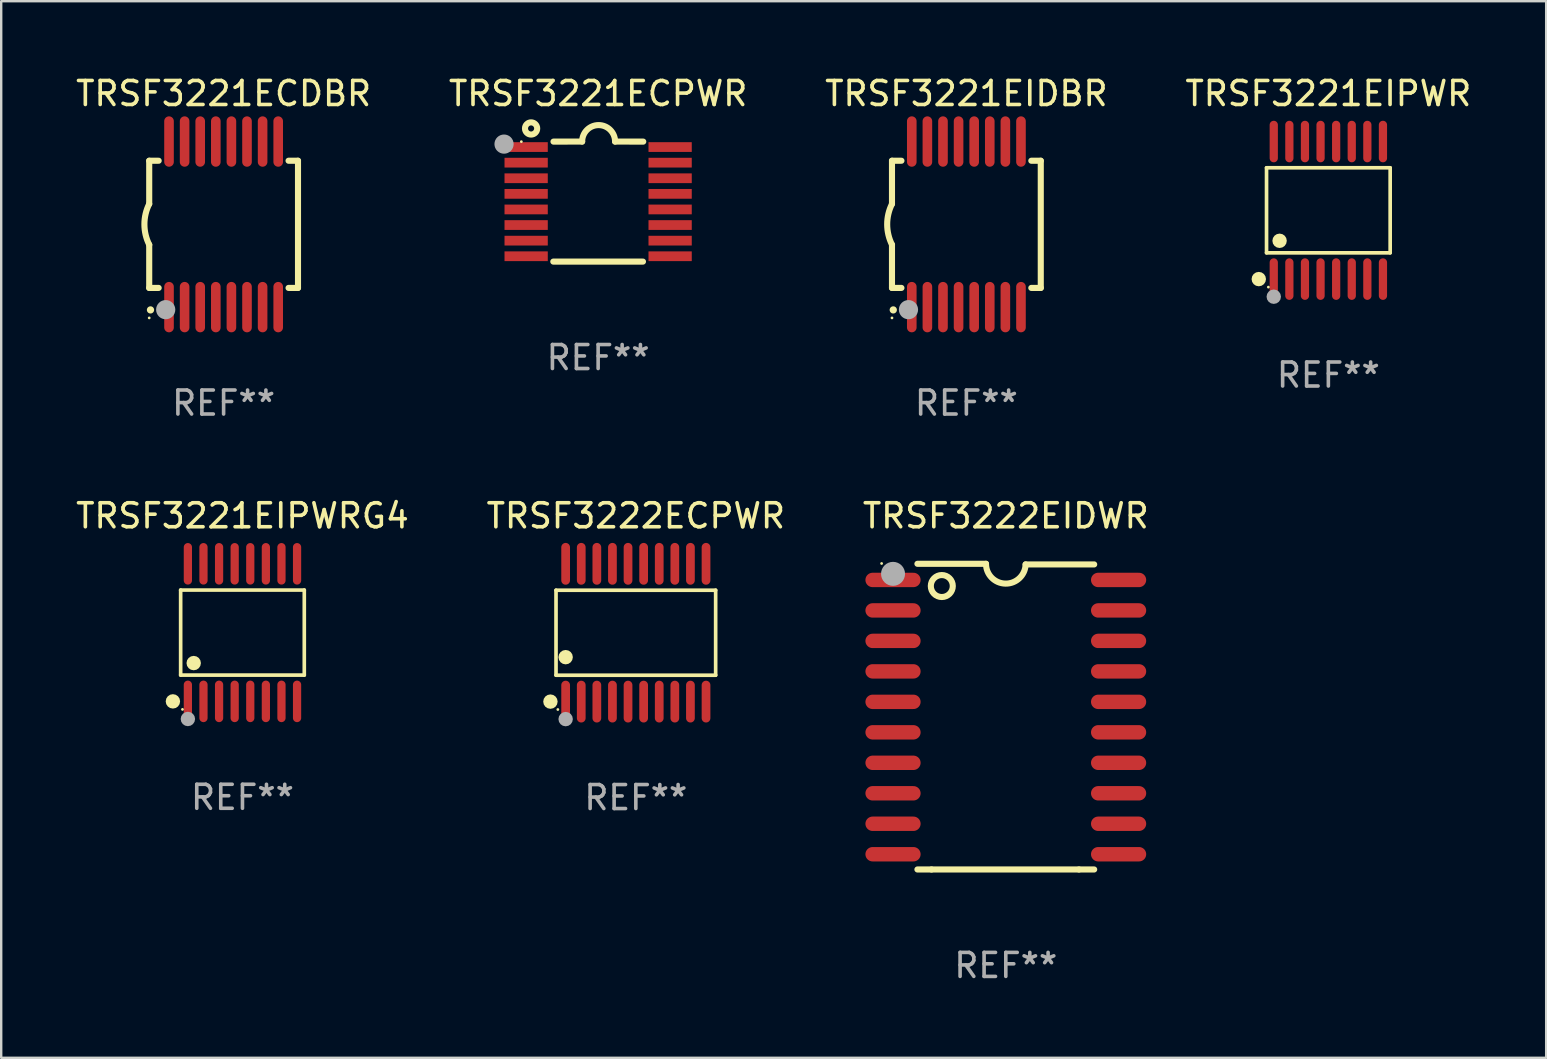
<source format=kicad_pcb>
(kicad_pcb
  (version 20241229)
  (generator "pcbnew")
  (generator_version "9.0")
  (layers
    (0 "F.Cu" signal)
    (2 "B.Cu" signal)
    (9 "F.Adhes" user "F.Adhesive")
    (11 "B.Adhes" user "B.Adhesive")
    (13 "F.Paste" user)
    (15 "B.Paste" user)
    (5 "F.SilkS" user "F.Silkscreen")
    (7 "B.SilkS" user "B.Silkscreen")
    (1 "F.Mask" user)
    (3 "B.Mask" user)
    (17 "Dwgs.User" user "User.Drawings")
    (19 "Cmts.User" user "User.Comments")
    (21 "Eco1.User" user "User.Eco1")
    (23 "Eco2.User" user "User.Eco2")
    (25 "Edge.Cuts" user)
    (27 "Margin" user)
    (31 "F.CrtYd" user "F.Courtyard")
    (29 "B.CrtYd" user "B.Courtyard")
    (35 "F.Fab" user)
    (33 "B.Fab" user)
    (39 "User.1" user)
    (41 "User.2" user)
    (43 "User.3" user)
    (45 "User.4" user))
  (footprint "TRSF3221ECPWR"
    (layer "F.Cu")
    (at 21.875 5.35)
    (property "Reference" "TRSF3221ECPWR" (at 0 -4.501 0) (layer "F.SilkS") (effects (font (size 1 1) (thickness 0.15))))
    (attr through_hole)
    (fp_line (start -1.868 2.501) (end 1.868 2.501) (stroke (width 0.254) (type solid)) (layer "F.SilkS"))
    (fp_line (start -1.86 -2.499) (end -0.666 -2.501) (stroke (width 0.254) (type solid)) (layer "F.SilkS"))
    (fp_line (start 0.706 -2.501) (end 1.88 -2.499) (stroke (width 0.254) (type solid)) (layer "F.SilkS"))
    (fp_arc (start -0.665914 -2.501448) (mid 0.019888 -3.18725) (end 0.70569 -2.501448) (stroke (width 0.254001) (type solid)) (layer "F.SilkS"))
    (fp_circle (center -3.2 -2.497) (end -3.17 -2.497) (stroke (width 0.06) (type solid)) (fill no) (layer "F.SilkS"))
    (fp_circle (center -2.794 -3.047) (end -2.54 -3.047) (stroke (width 0.254) (type solid)) (fill no) (layer "F.SilkS"))
    (fp_circle (center -3.921 -2.395) (end -3.721 -2.395) (stroke (width 0.4) (type solid)) (fill no) (layer "F.Fab"))
    (fp_text user "REF**" (at 0 6.501 0) (layer "F.Fab") (effects (font (size 1 1) (thickness 0.15))))
    (pad "1" smd rect (at -3 -2.272) (size 1.803 0.406) (layers "F.Cu" "F.Mask" "F.Paste"))
    (pad "2" smd rect (at -3 -1.622) (size 1.803 0.406) (layers "F.Cu" "F.Mask" "F.Paste"))
    (pad "3" smd rect (at -3 -0.972) (size 1.803 0.406) (layers "F.Cu" "F.Mask" "F.Paste"))
    (pad "4" smd rect (at -3 -0.322) (size 1.803 0.406) (layers "F.Cu" "F.Mask" "F.Paste"))
    (pad "5" smd rect (at -3 0.328) (size 1.803 0.406) (layers "F.Cu" "F.Mask" "F.Paste"))
    (pad "6" smd rect (at -3 0.978) (size 1.803 0.406) (layers "F.Cu" "F.Mask" "F.Paste"))
    (pad "7" smd rect (at -3 1.628) (size 1.803 0.406) (layers "F.Cu" "F.Mask" "F.Paste"))
    (pad "8" smd rect (at -3 2.278) (size 1.803 0.406) (layers "F.Cu" "F.Mask" "F.Paste"))
    (pad "9" smd rect (at 3 2.278) (size 1.803 0.406) (layers "F.Cu" "F.Mask" "F.Paste"))
    (pad "10" smd rect (at 3 1.628) (size 1.803 0.406) (layers "F.Cu" "F.Mask" "F.Paste"))
    (pad "11" smd rect (at 3 0.978) (size 1.803 0.406) (layers "F.Cu" "F.Mask" "F.Paste"))
    (pad "12" smd rect (at 3 0.328) (size 1.803 0.406) (layers "F.Cu" "F.Mask" "F.Paste"))
    (pad "13" smd rect (at 3 -0.322) (size 1.803 0.406) (layers "F.Cu" "F.Mask" "F.Paste"))
    (pad "14" smd rect (at 3 -0.972) (size 1.803 0.406) (layers "F.Cu" "F.Mask" "F.Paste"))
    (pad "15" smd rect (at 3 -1.622) (size 1.803 0.406) (layers "F.Cu" "F.Mask" "F.Paste"))
    (pad "16" smd rect (at 3 -2.272) (size 1.803 0.406) (layers "F.Cu" "F.Mask" "F.Paste")))
  (footprint "TRSF3222ECPWR"
    (layer "F.Cu")
    (at 23.446 23.316)
    (property "Reference" "TRSF3222ECPWR" (at 0 -4.871 0) (layer "F.SilkS") (effects (font (size 1 1) (thickness 0.15))))
    (attr through_hole)
    (fp_line (start -3.326 -1.771) (end 3.326 -1.771) (stroke (width 0.152) (type solid)) (layer "F.SilkS"))
    (fp_line (start -3.326 1.771) (end -3.326 -1.771) (stroke (width 0.152) (type solid)) (layer "F.SilkS"))
    (fp_line (start 3.326 -1.771) (end 3.326 1.771) (stroke (width 0.152) (type solid)) (layer "F.SilkS"))
    (fp_line (start 3.326 1.771) (end -3.326 1.771) (stroke (width 0.152) (type solid)) (layer "F.SilkS"))
    (fp_circle (center -3.559 2.871) (end -3.409 2.871) (stroke (width 0.3) (type solid)) (fill no) (layer "F.SilkS"))
    (fp_circle (center -3.25 3.2) (end -3.22 3.2) (stroke (width 0.06) (type solid)) (fill no) (layer "F.SilkS"))
    (fp_circle (center -2.925 1.019) (end -2.775 1.019) (stroke (width 0.3) (type solid)) (fill no) (layer "F.SilkS"))
    (fp_circle (center -2.925 3.6) (end -2.775 3.6) (stroke (width 0.3) (type solid)) (fill no) (layer "F.Fab"))
    (fp_text user "REF**" (at 0 6.871 0) (layer "F.Fab") (effects (font (size 1 1) (thickness 0.15))))
    (pad "1" smd oval (at -2.925 2.871) (size 0.364 1.742) (layers "F.Cu" "F.Mask" "F.Paste"))
    (pad "2" smd oval (at -2.275 2.871) (size 0.364 1.742) (layers "F.Cu" "F.Mask" "F.Paste"))
    (pad "3" smd oval (at -1.625 2.871) (size 0.364 1.742) (layers "F.Cu" "F.Mask" "F.Paste"))
    (pad "4" smd oval (at -0.975 2.871) (size 0.364 1.742) (layers "F.Cu" "F.Mask" "F.Paste"))
    (pad "5" smd oval (at -0.325 2.871) (size 0.364 1.742) (layers "F.Cu" "F.Mask" "F.Paste"))
    (pad "6" smd oval (at 0.325 2.871) (size 0.364 1.742) (layers "F.Cu" "F.Mask" "F.Paste"))
    (pad "7" smd oval (at 0.975 2.871) (size 0.364 1.742) (layers "F.Cu" "F.Mask" "F.Paste"))
    (pad "8" smd oval (at 1.625 2.871) (size 0.364 1.742) (layers "F.Cu" "F.Mask" "F.Paste"))
    (pad "9" smd oval (at 2.275 2.871) (size 0.364 1.742) (layers "F.Cu" "F.Mask" "F.Paste"))
    (pad "10" smd oval (at 2.925 2.871) (size 0.364 1.742) (layers "F.Cu" "F.Mask" "F.Paste"))
    (pad "11" smd oval (at 2.925 -2.871) (size 0.364 1.742) (layers "F.Cu" "F.Mask" "F.Paste"))
    (pad "12" smd oval (at 2.275 -2.871) (size 0.364 1.742) (layers "F.Cu" "F.Mask" "F.Paste"))
    (pad "13" smd oval (at 1.625 -2.871) (size 0.364 1.742) (layers "F.Cu" "F.Mask" "F.Paste"))
    (pad "14" smd oval (at 0.975 -2.871) (size 0.364 1.742) (layers "F.Cu" "F.Mask" "F.Paste"))
    (pad "15" smd oval (at 0.325 -2.871) (size 0.364 1.742) (layers "F.Cu" "F.Mask" "F.Paste"))
    (pad "16" smd oval (at -0.325 -2.871) (size 0.364 1.742) (layers "F.Cu" "F.Mask" "F.Paste"))
    (pad "17" smd oval (at -0.975 -2.871) (size 0.364 1.742) (layers "F.Cu" "F.Mask" "F.Paste"))
    (pad "18" smd oval (at -1.625 -2.871) (size 0.364 1.742) (layers "F.Cu" "F.Mask" "F.Paste"))
    (pad "19" smd oval (at -2.275 -2.871) (size 0.364 1.742) (layers "F.Cu" "F.Mask" "F.Paste"))
    (pad "20" smd oval (at -2.925 -2.871) (size 0.364 1.742) (layers "F.Cu" "F.Mask" "F.Paste")))
  (footprint "TRSF3221EIDBR"
    (layer "F.Cu")
    (at 37.22 6.298)
    (property "Reference" "TRSF3221EIDBR" (at 0 -5.45 0) (layer "F.SilkS") (effects (font (size 1 1) (thickness 0.15))))
    (attr through_hole)
    (fp_line (start -3.1 -2.65) (end -3.1 -0.85) (stroke (width 0.254) (type solid)) (layer "F.SilkS"))
    (fp_line (start -3.1 -2.65) (end -2.706 -2.65) (stroke (width 0.254) (type solid)) (layer "F.SilkS"))
    (fp_line (start -3.1 2.65) (end -3.1 0.85) (stroke (width 0.254) (type solid)) (layer "F.SilkS"))
    (fp_line (start -3.1 2.65) (end -2.706 2.65) (stroke (width 0.254) (type solid)) (layer "F.SilkS"))
    (fp_line (start 2.706 -2.65) (end 3.1 -2.65) (stroke (width 0.254) (type solid)) (layer "F.SilkS"))
    (fp_line (start 2.706 2.65) (end 3.1 2.65) (stroke (width 0.254) (type solid)) (layer "F.SilkS"))
    (fp_line (start 3.1 -2.65) (end 3.1 2.65) (stroke (width 0.254) (type solid)) (layer "F.SilkS"))
    (fp_arc (start -3.098907 0.850902) (mid -3.300057 0.000523) (end -3.1 -0.850114) (stroke (width 0.254001) (type solid)) (layer "F.SilkS"))
    (fp_arc (start -3.048006 3.566066) (mid -3.046736 3.566061) (end -3.045466 3.566066) (stroke (width 0.3) (type solid)) (layer "F.SilkS"))
    (fp_circle (center -3.1 3.9) (end -3.07 3.9) (stroke (width 0.06) (type solid)) (fill no) (layer "F.SilkS"))
    (fp_circle (center -2.413 3.556) (end -2.213 3.556) (stroke (width 0.4) (type solid)) (fill no) (layer "F.Fab"))
    (fp_text user "REF**" (at 0 7.45 0) (layer "F.Fab") (effects (font (size 1 1) (thickness 0.15))))
    (pad "1" smd oval (at -2.275 3.45 180) (size 0.4 2.1) (layers "F.Cu" "F.Mask" "F.Paste"))
    (pad "2" smd oval (at -1.625 3.45 180) (size 0.4 2.1) (layers "F.Cu" "F.Mask" "F.Paste"))
    (pad "3" smd oval (at -0.975 3.45 180) (size 0.4 2.1) (layers "F.Cu" "F.Mask" "F.Paste"))
    (pad "4" smd oval (at -0.325 3.45 180) (size 0.4 2.1) (layers "F.Cu" "F.Mask" "F.Paste"))
    (pad "5" smd oval (at 0.325 3.45 180) (size 0.4 2.1) (layers "F.Cu" "F.Mask" "F.Paste"))
    (pad "6" smd oval (at 0.975 3.45 180) (size 0.4 2.1) (layers "F.Cu" "F.Mask" "F.Paste"))
    (pad "7" smd oval (at 1.625 3.45 180) (size 0.4 2.1) (layers "F.Cu" "F.Mask" "F.Paste"))
    (pad "8" smd oval (at 2.275 3.45 180) (size 0.4 2.1) (layers "F.Cu" "F.Mask" "F.Paste"))
    (pad "9" smd oval (at 2.275 -3.45 180) (size 0.4 2.1) (layers "F.Cu" "F.Mask" "F.Paste"))
    (pad "10" smd oval (at 1.625 -3.45 180) (size 0.4 2.1) (layers "F.Cu" "F.Mask" "F.Paste"))
    (pad "11" smd oval (at 0.975 -3.45 180) (size 0.4 2.1) (layers "F.Cu" "F.Mask" "F.Paste"))
    (pad "12" smd oval (at 0.325 -3.45 180) (size 0.4 2.1) (layers "F.Cu" "F.Mask" "F.Paste"))
    (pad "13" smd oval (at -0.325 -3.45 180) (size 0.4 2.1) (layers "F.Cu" "F.Mask" "F.Paste"))
    (pad "14" smd oval (at -0.975 -3.45 180) (size 0.4 2.1) (layers "F.Cu" "F.Mask" "F.Paste"))
    (pad "15" smd oval (at -1.625 -3.45 180) (size 0.4 2.1) (layers "F.Cu" "F.Mask" "F.Paste"))
    (pad "16" smd oval (at -2.275 -3.45 180) (size 0.4 2.1) (layers "F.Cu" "F.Mask" "F.Paste")))
  (footprint "TRSF3222EIDWR"
    (layer "F.Cu")
    (at 38.863 26.813)
    (property "Reference" "TRSF3222EIDWR" (at 0 -8.369 0) (layer "F.SilkS") (effects (font (size 1 1) (thickness 0.15))))
    (attr through_hole)
    (fp_line (start -3.096 6.369) (end -3.683 6.369) (stroke (width 0.254) (type solid)) (layer "F.SilkS"))
    (fp_line (start -0.825 -6.369) (end -3.683 -6.369) (stroke (width 0.254) (type solid)) (layer "F.SilkS"))
    (fp_line (start 0.826 -6.343) (end 3.683 -6.343) (stroke (width 0.254) (type solid)) (layer "F.SilkS"))
    (fp_line (start 3.048 6.369) (end -3.096 6.369) (stroke (width 0.254) (type solid)) (layer "F.SilkS"))
    (fp_line (start 3.048 6.369) (end 3.683 6.369) (stroke (width 0.254) (type solid)) (layer "F.SilkS"))
    (fp_arc (start 0.825527 -6.343129) (mid -0.012478 -5.543126) (end -0.825476 -6.36853) (stroke (width 0.254001) (type solid)) (layer "F.SilkS"))
    (fp_circle (center -5.175 -6.382) (end -5.145 -6.382) (stroke (width 0.06) (type solid)) (fill no) (layer "F.SilkS"))
    (fp_circle (center -2.667 -5.442) (end -2.209 -5.442) (stroke (width 0.254) (type solid)) (fill no) (layer "F.SilkS"))
    (fp_circle (center -4.699 -5.95) (end -4.449 -5.95) (stroke (width 0.5) (type solid)) (fill no) (layer "F.Fab"))
    (fp_text user "REF**" (at 0 10.369 0) (layer "F.Fab") (effects (font (size 1 1) (thickness 0.15))))
    (pad "1" smd oval (at -4.7 -5.696 90) (size 0.6 2.3) (layers "F.Cu" "F.Mask" "F.Paste"))
    (pad "2" smd oval (at -4.7 -4.426 90) (size 0.6 2.3) (layers "F.Cu" "F.Mask" "F.Paste"))
    (pad "3" smd oval (at -4.7 -3.156 90) (size 0.6 2.3) (layers "F.Cu" "F.Mask" "F.Paste"))
    (pad "4" smd oval (at -4.7 -1.886 90) (size 0.6 2.3) (layers "F.Cu" "F.Mask" "F.Paste"))
    (pad "5" smd oval (at -4.7 -0.616 90) (size 0.6 2.3) (layers "F.Cu" "F.Mask" "F.Paste"))
    (pad "6" smd oval (at -4.7 0.654 90) (size 0.6 2.3) (layers "F.Cu" "F.Mask" "F.Paste"))
    (pad "7" smd oval (at -4.7 1.924 90) (size 0.6 2.3) (layers "F.Cu" "F.Mask" "F.Paste"))
    (pad "8" smd oval (at -4.7 3.194 90) (size 0.6 2.3) (layers "F.Cu" "F.Mask" "F.Paste"))
    (pad "9" smd oval (at -4.7 4.464 90) (size 0.6 2.3) (layers "F.Cu" "F.Mask" "F.Paste"))
    (pad "10" smd oval (at -4.7 5.734 90) (size 0.6 2.3) (layers "F.Cu" "F.Mask" "F.Paste"))
    (pad "11" smd oval (at 4.7 5.734 90) (size 0.6 2.3) (layers "F.Cu" "F.Mask" "F.Paste"))
    (pad "12" smd oval (at 4.7 4.464 90) (size 0.6 2.3) (layers "F.Cu" "F.Mask" "F.Paste"))
    (pad "13" smd oval (at 4.7 3.194 90) (size 0.6 2.3) (layers "F.Cu" "F.Mask" "F.Paste"))
    (pad "14" smd oval (at 4.7 1.924 90) (size 0.6 2.3) (layers "F.Cu" "F.Mask" "F.Paste"))
    (pad "15" smd oval (at 4.7 0.654 90) (size 0.6 2.3) (layers "F.Cu" "F.Mask" "F.Paste"))
    (pad "16" smd oval (at 4.7 -0.616 90) (size 0.6 2.3) (layers "F.Cu" "F.Mask" "F.Paste"))
    (pad "17" smd oval (at 4.7 -1.886 90) (size 0.6 2.3) (layers "F.Cu" "F.Mask" "F.Paste"))
    (pad "18" smd oval (at 4.7 -3.156 90) (size 0.6 2.3) (layers "F.Cu" "F.Mask" "F.Paste"))
    (pad "19" smd oval (at 4.7 -4.426 90) (size 0.6 2.3) (layers "F.Cu" "F.Mask" "F.Paste"))
    (pad "20" smd oval (at 4.7 -5.696 90) (size 0.6 2.3) (layers "F.Cu" "F.Mask" "F.Paste")))
  (footprint "TRSF3221EIPWRG4"
    (layer "F.Cu")
    (at 7.054 23.311)
    (property "Reference" "TRSF3221EIPWRG4" (at 0 -4.866 0) (layer "F.SilkS") (effects (font (size 1 1) (thickness 0.15))))
    (attr through_hole)
    (fp_line (start -2.576 -1.772) (end 2.576 -1.772) (stroke (width 0.152) (type solid)) (layer "F.SilkS"))
    (fp_line (start -2.576 1.771) (end -2.576 -1.772) (stroke (width 0.152) (type solid)) (layer "F.SilkS"))
    (fp_line (start 2.576 -1.772) (end 2.576 1.771) (stroke (width 0.152) (type solid)) (layer "F.SilkS"))
    (fp_line (start 2.576 1.771) (end -2.576 1.771) (stroke (width 0.152) (type solid)) (layer "F.SilkS"))
    (fp_circle (center -2.899 2.866) (end -2.749 2.866) (stroke (width 0.3) (type solid)) (fill no) (layer "F.SilkS"))
    (fp_circle (center -2.5 3.2) (end -2.47 3.2) (stroke (width 0.06) (type solid)) (fill no) (layer "F.SilkS"))
    (fp_circle (center -2.032 1.27) (end -1.882 1.27) (stroke (width 0.3) (type solid)) (fill no) (layer "F.SilkS"))
    (fp_circle (center -2.275 3.6) (end -2.125 3.6) (stroke (width 0.3) (type solid)) (fill no) (layer "F.Fab"))
    (fp_text user "REF**" (at 0 6.866 0) (layer "F.Fab") (effects (font (size 1 1) (thickness 0.15))))
    (pad "1" smd oval (at -2.275 2.866) (size 0.343 1.731) (layers "F.Cu" "F.Mask" "F.Paste"))
    (pad "2" smd oval (at -1.625 2.866) (size 0.343 1.731) (layers "F.Cu" "F.Mask" "F.Paste"))
    (pad "3" smd oval (at -0.975 2.866) (size 0.343 1.731) (layers "F.Cu" "F.Mask" "F.Paste"))
    (pad "4" smd oval (at -0.325 2.866) (size 0.343 1.731) (layers "F.Cu" "F.Mask" "F.Paste"))
    (pad "5" smd oval (at 0.325 2.866) (size 0.343 1.731) (layers "F.Cu" "F.Mask" "F.Paste"))
    (pad "6" smd oval (at 0.975 2.866) (size 0.343 1.731) (layers "F.Cu" "F.Mask" "F.Paste"))
    (pad "7" smd oval (at 1.625 2.866) (size 0.343 1.731) (layers "F.Cu" "F.Mask" "F.Paste"))
    (pad "8" smd oval (at 2.275 2.866) (size 0.343 1.731) (layers "F.Cu" "F.Mask" "F.Paste"))
    (pad "9" smd oval (at 2.275 -2.866) (size 0.343 1.731) (layers "F.Cu" "F.Mask" "F.Paste"))
    (pad "10" smd oval (at 1.625 -2.866) (size 0.343 1.731) (layers "F.Cu" "F.Mask" "F.Paste"))
    (pad "11" smd oval (at 0.975 -2.866) (size 0.343 1.731) (layers "F.Cu" "F.Mask" "F.Paste"))
    (pad "12" smd oval (at 0.325 -2.866) (size 0.343 1.731) (layers "F.Cu" "F.Mask" "F.Paste"))
    (pad "13" smd oval (at -0.325 -2.866) (size 0.343 1.731) (layers "F.Cu" "F.Mask" "F.Paste"))
    (pad "14" smd oval (at -0.975 -2.866) (size 0.343 1.731) (layers "F.Cu" "F.Mask" "F.Paste"))
    (pad "15" smd oval (at -1.625 -2.866) (size 0.343 1.731) (layers "F.Cu" "F.Mask" "F.Paste"))
    (pad "16" smd oval (at -2.275 -2.866) (size 0.343 1.731) (layers "F.Cu" "F.Mask" "F.Paste")))
  (footprint "TRSF3221ECDBR"
    (layer "F.Cu")
    (at 6.268 6.298)
    (property "Reference" "TRSF3221ECDBR" (at 0 -5.45 0) (layer "F.SilkS") (effects (font (size 1 1) (thickness 0.15))))
    (attr through_hole)
    (fp_line (start -3.1 -2.65) (end -3.1 -0.85) (stroke (width 0.254) (type solid)) (layer "F.SilkS"))
    (fp_line (start -3.1 -2.65) (end -2.706 -2.65) (stroke (width 0.254) (type solid)) (layer "F.SilkS"))
    (fp_line (start -3.1 2.65) (end -3.1 0.85) (stroke (width 0.254) (type solid)) (layer "F.SilkS"))
    (fp_line (start -3.1 2.65) (end -2.706 2.65) (stroke (width 0.254) (type solid)) (layer "F.SilkS"))
    (fp_line (start 2.706 -2.65) (end 3.1 -2.65) (stroke (width 0.254) (type solid)) (layer "F.SilkS"))
    (fp_line (start 2.706 2.65) (end 3.1 2.65) (stroke (width 0.254) (type solid)) (layer "F.SilkS"))
    (fp_line (start 3.1 -2.65) (end 3.1 2.65) (stroke (width 0.254) (type solid)) (layer "F.SilkS"))
    (fp_arc (start -3.098907 0.850902) (mid -3.300057 0.000523) (end -3.1 -0.850114) (stroke (width 0.254001) (type solid)) (layer "F.SilkS"))
    (fp_arc (start -3.048006 3.566066) (mid -3.046736 3.566061) (end -3.045466 3.566066) (stroke (width 0.3) (type solid)) (layer "F.SilkS"))
    (fp_circle (center -3.1 3.9) (end -3.07 3.9) (stroke (width 0.06) (type solid)) (fill no) (layer "F.SilkS"))
    (fp_circle (center -2.413 3.556) (end -2.213 3.556) (stroke (width 0.4) (type solid)) (fill no) (layer "F.Fab"))
    (fp_text user "REF**" (at 0 7.45 0) (layer "F.Fab") (effects (font (size 1 1) (thickness 0.15))))
    (pad "1" smd oval (at -2.275 3.45 180) (size 0.4 2.1) (layers "F.Cu" "F.Mask" "F.Paste"))
    (pad "2" smd oval (at -1.625 3.45 180) (size 0.4 2.1) (layers "F.Cu" "F.Mask" "F.Paste"))
    (pad "3" smd oval (at -0.975 3.45 180) (size 0.4 2.1) (layers "F.Cu" "F.Mask" "F.Paste"))
    (pad "4" smd oval (at -0.325 3.45 180) (size 0.4 2.1) (layers "F.Cu" "F.Mask" "F.Paste"))
    (pad "5" smd oval (at 0.325 3.45 180) (size 0.4 2.1) (layers "F.Cu" "F.Mask" "F.Paste"))
    (pad "6" smd oval (at 0.975 3.45 180) (size 0.4 2.1) (layers "F.Cu" "F.Mask" "F.Paste"))
    (pad "7" smd oval (at 1.625 3.45 180) (size 0.4 2.1) (layers "F.Cu" "F.Mask" "F.Paste"))
    (pad "8" smd oval (at 2.275 3.45 180) (size 0.4 2.1) (layers "F.Cu" "F.Mask" "F.Paste"))
    (pad "9" smd oval (at 2.275 -3.45 180) (size 0.4 2.1) (layers "F.Cu" "F.Mask" "F.Paste"))
    (pad "10" smd oval (at 1.625 -3.45 180) (size 0.4 2.1) (layers "F.Cu" "F.Mask" "F.Paste"))
    (pad "11" smd oval (at 0.975 -3.45 180) (size 0.4 2.1) (layers "F.Cu" "F.Mask" "F.Paste"))
    (pad "12" smd oval (at 0.325 -3.45 180) (size 0.4 2.1) (layers "F.Cu" "F.Mask" "F.Paste"))
    (pad "13" smd oval (at -0.325 -3.45 180) (size 0.4 2.1) (layers "F.Cu" "F.Mask" "F.Paste"))
    (pad "14" smd oval (at -0.975 -3.45 180) (size 0.4 2.1) (layers "F.Cu" "F.Mask" "F.Paste"))
    (pad "15" smd oval (at -1.625 -3.45 180) (size 0.4 2.1) (layers "F.Cu" "F.Mask" "F.Paste"))
    (pad "16" smd oval (at -2.275 -3.45 180) (size 0.4 2.1) (layers "F.Cu" "F.Mask" "F.Paste")))
  (footprint "TRSF3221EIPWR"
    (layer "F.Cu")
    (at 52.304 5.714)
    (property "Reference" "TRSF3221EIPWR" (at 0 -4.866 0) (layer "F.SilkS") (effects (font (size 1 1) (thickness 0.15))))
    (attr through_hole)
    (fp_line (start -2.576 -1.772) (end 2.576 -1.772) (stroke (width 0.152) (type solid)) (layer "F.SilkS"))
    (fp_line (start -2.576 1.771) (end -2.576 -1.772) (stroke (width 0.152) (type solid)) (layer "F.SilkS"))
    (fp_line (start 2.576 -1.772) (end 2.576 1.771) (stroke (width 0.152) (type solid)) (layer "F.SilkS"))
    (fp_line (start 2.576 1.771) (end -2.576 1.771) (stroke (width 0.152) (type solid)) (layer "F.SilkS"))
    (fp_circle (center -2.899 2.866) (end -2.749 2.866) (stroke (width 0.3) (type solid)) (fill no) (layer "F.SilkS"))
    (fp_circle (center -2.5 3.2) (end -2.47 3.2) (stroke (width 0.06) (type solid)) (fill no) (layer "F.SilkS"))
    (fp_circle (center -2.032 1.27) (end -1.882 1.27) (stroke (width 0.3) (type solid)) (fill no) (layer "F.SilkS"))
    (fp_circle (center -2.275 3.6) (end -2.125 3.6) (stroke (width 0.3) (type solid)) (fill no) (layer "F.Fab"))
    (fp_text user "REF**" (at 0 6.866 0) (layer "F.Fab") (effects (font (size 1 1) (thickness 0.15))))
    (pad "1" smd oval (at -2.275 2.866) (size 0.343 1.731) (layers "F.Cu" "F.Mask" "F.Paste"))
    (pad "2" smd oval (at -1.625 2.866) (size 0.343 1.731) (layers "F.Cu" "F.Mask" "F.Paste"))
    (pad "3" smd oval (at -0.975 2.866) (size 0.343 1.731) (layers "F.Cu" "F.Mask" "F.Paste"))
    (pad "4" smd oval (at -0.325 2.866) (size 0.343 1.731) (layers "F.Cu" "F.Mask" "F.Paste"))
    (pad "5" smd oval (at 0.325 2.866) (size 0.343 1.731) (layers "F.Cu" "F.Mask" "F.Paste"))
    (pad "6" smd oval (at 0.975 2.866) (size 0.343 1.731) (layers "F.Cu" "F.Mask" "F.Paste"))
    (pad "7" smd oval (at 1.625 2.866) (size 0.343 1.731) (layers "F.Cu" "F.Mask" "F.Paste"))
    (pad "8" smd oval (at 2.275 2.866) (size 0.343 1.731) (layers "F.Cu" "F.Mask" "F.Paste"))
    (pad "9" smd oval (at 2.275 -2.866) (size 0.343 1.731) (layers "F.Cu" "F.Mask" "F.Paste"))
    (pad "10" smd oval (at 1.625 -2.866) (size 0.343 1.731) (layers "F.Cu" "F.Mask" "F.Paste"))
    (pad "11" smd oval (at 0.975 -2.866) (size 0.343 1.731) (layers "F.Cu" "F.Mask" "F.Paste"))
    (pad "12" smd oval (at 0.325 -2.866) (size 0.343 1.731) (layers "F.Cu" "F.Mask" "F.Paste"))
    (pad "13" smd oval (at -0.325 -2.866) (size 0.343 1.731) (layers "F.Cu" "F.Mask" "F.Paste"))
    (pad "14" smd oval (at -0.975 -2.866) (size 0.343 1.731) (layers "F.Cu" "F.Mask" "F.Paste"))
    (pad "15" smd oval (at -1.625 -2.866) (size 0.343 1.731) (layers "F.Cu" "F.Mask" "F.Paste"))
    (pad "16" smd oval (at -2.275 -2.866) (size 0.343 1.731) (layers "F.Cu" "F.Mask" "F.Paste")))
  (gr_rect
    (start -3 -3)
    (end 61.381 41.03)
    (stroke (width 0.1) (type default))
    (fill no)
    (layer "Edge.Cuts")))
</source>
